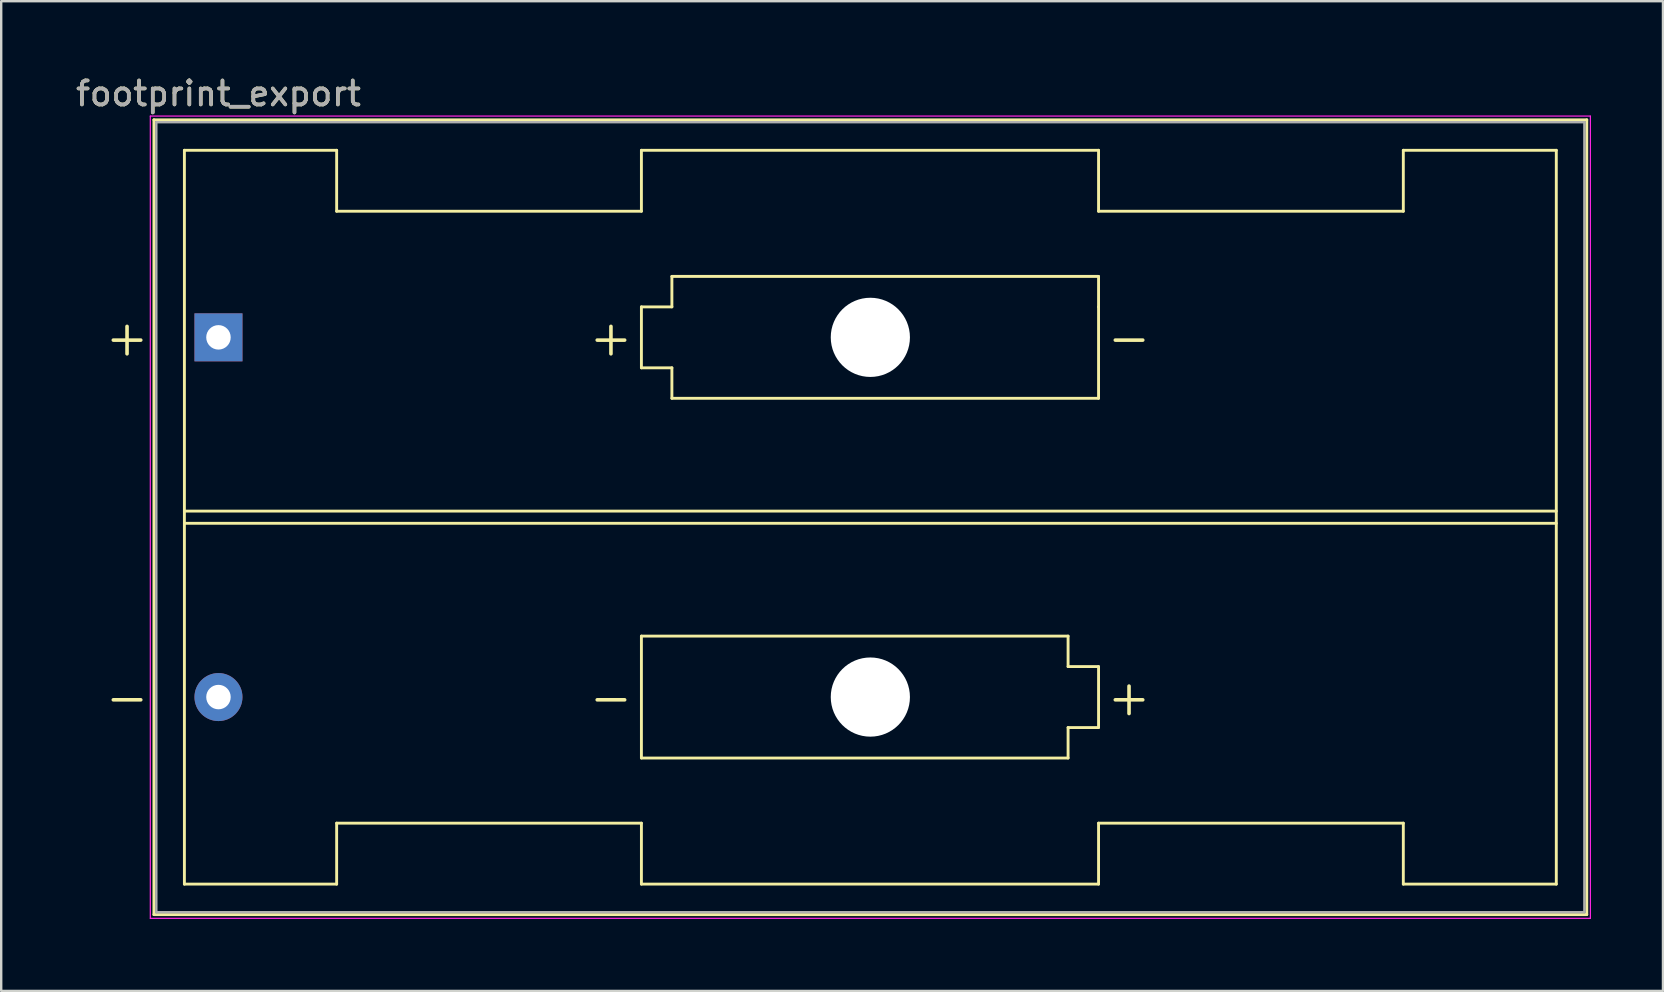
<source format=kicad_pcb>
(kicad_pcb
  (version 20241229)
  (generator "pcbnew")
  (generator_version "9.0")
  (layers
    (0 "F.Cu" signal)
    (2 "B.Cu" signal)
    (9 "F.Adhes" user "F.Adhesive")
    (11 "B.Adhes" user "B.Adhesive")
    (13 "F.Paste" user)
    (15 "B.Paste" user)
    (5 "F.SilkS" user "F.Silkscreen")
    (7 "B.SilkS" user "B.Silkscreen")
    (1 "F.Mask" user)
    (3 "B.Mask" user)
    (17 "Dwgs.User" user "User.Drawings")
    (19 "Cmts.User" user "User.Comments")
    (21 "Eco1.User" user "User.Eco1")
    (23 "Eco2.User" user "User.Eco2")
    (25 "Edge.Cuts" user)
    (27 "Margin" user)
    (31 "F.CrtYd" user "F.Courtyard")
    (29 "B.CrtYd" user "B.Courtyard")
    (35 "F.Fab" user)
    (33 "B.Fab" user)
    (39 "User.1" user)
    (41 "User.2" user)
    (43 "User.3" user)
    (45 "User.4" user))
  (footprint "footprint_export"
    (layer "F.Cu")
    (at 6.054 11.008)
    (property "Reference" "footprint_export" (at 0 -10.16 180) (layer "F.SilkS") (effects (font (size 1 1) (thickness 0.15))))
    (attr through_hole)
    (fp_line (start -2.69 -9.065) (end -2.69 24.055) (stroke (width 0.12) (type solid)) (layer "F.SilkS"))
    (fp_line (start -2.69 24.055) (end 57.02 24.055) (stroke (width 0.12) (type solid)) (layer "F.SilkS"))
    (fp_line (start -1.42 -7.795) (end -1.42 22.785) (stroke (width 0.12) (type solid)) (layer "F.SilkS"))
    (fp_line (start -1.42 7.241) (end 55.75 7.241) (stroke (width 0.12) (type solid)) (layer "F.SilkS"))
    (fp_line (start -1.42 22.785) (end 4.925 22.785) (stroke (width 0.12) (type solid)) (layer "F.SilkS"))
    (fp_line (start 4.925 -7.795) (end -1.42 -7.795) (stroke (width 0.12) (type solid)) (layer "F.SilkS"))
    (fp_line (start 4.925 -5.255) (end 4.925 -7.795) (stroke (width 0.12) (type solid)) (layer "F.SilkS"))
    (fp_line (start 4.925 -5.255) (end 17.625 -5.255) (stroke (width 0.12) (type solid)) (layer "F.SilkS"))
    (fp_line (start 4.925 20.245) (end 17.625 20.245) (stroke (width 0.12) (type solid)) (layer "F.SilkS"))
    (fp_line (start 4.925 22.785) (end 4.925 20.245) (stroke (width 0.12) (type solid)) (layer "F.SilkS"))
    (fp_line (start 17.625 -7.795) (end 17.625 -5.255) (stroke (width 0.12) (type solid)) (layer "F.SilkS"))
    (fp_line (start 17.625 -1.27) (end 18.895 -1.27) (stroke (width 0.12) (type solid)) (layer "F.SilkS"))
    (fp_line (start 17.625 1.27) (end 17.625 -1.27) (stroke (width 0.12) (type solid)) (layer "F.SilkS"))
    (fp_line (start 17.625 12.45) (end 35.405 12.45) (stroke (width 0.12) (type solid)) (layer "F.SilkS"))
    (fp_line (start 17.625 17.53) (end 17.625 12.45) (stroke (width 0.12) (type solid)) (layer "F.SilkS"))
    (fp_line (start 17.625 20.245) (end 17.625 22.785) (stroke (width 0.12) (type solid)) (layer "F.SilkS"))
    (fp_line (start 17.625 22.785) (end 36.675 22.785) (stroke (width 0.12) (type solid)) (layer "F.SilkS"))
    (fp_line (start 18.895 -2.54) (end 36.675 -2.54) (stroke (width 0.12) (type solid)) (layer "F.SilkS"))
    (fp_line (start 18.895 -1.27) (end 18.895 -2.54) (stroke (width 0.12) (type solid)) (layer "F.SilkS"))
    (fp_line (start 18.895 1.27) (end 17.625 1.27) (stroke (width 0.12) (type solid)) (layer "F.SilkS"))
    (fp_line (start 18.895 2.54) (end 18.895 1.27) (stroke (width 0.12) (type solid)) (layer "F.SilkS"))
    (fp_line (start 35.405 12.45) (end 35.405 13.72) (stroke (width 0.12) (type solid)) (layer "F.SilkS"))
    (fp_line (start 35.405 13.72) (end 36.675 13.72) (stroke (width 0.12) (type solid)) (layer "F.SilkS"))
    (fp_line (start 35.405 16.26) (end 35.405 17.53) (stroke (width 0.12) (type solid)) (layer "F.SilkS"))
    (fp_line (start 35.405 17.53) (end 17.625 17.53) (stroke (width 0.12) (type solid)) (layer "F.SilkS"))
    (fp_line (start 36.675 -7.795) (end 17.625 -7.795) (stroke (width 0.12) (type solid)) (layer "F.SilkS"))
    (fp_line (start 36.675 -5.255) (end 36.675 -7.795) (stroke (width 0.12) (type solid)) (layer "F.SilkS"))
    (fp_line (start 36.675 -2.54) (end 36.675 -1.27) (stroke (width 0.12) (type solid)) (layer "F.SilkS"))
    (fp_line (start 36.675 -1.27) (end 36.675 2.54) (stroke (width 0.12) (type solid)) (layer "F.SilkS"))
    (fp_line (start 36.675 2.54) (end 18.895 2.54) (stroke (width 0.12) (type solid)) (layer "F.SilkS"))
    (fp_line (start 36.675 13.72) (end 36.675 16.26) (stroke (width 0.12) (type solid)) (layer "F.SilkS"))
    (fp_line (start 36.675 16.26) (end 35.405 16.26) (stroke (width 0.12) (type solid)) (layer "F.SilkS"))
    (fp_line (start 36.675 22.785) (end 36.675 20.245) (stroke (width 0.12) (type solid)) (layer "F.SilkS"))
    (fp_line (start 49.375 -7.795) (end 49.375 -5.255) (stroke (width 0.12) (type solid)) (layer "F.SilkS"))
    (fp_line (start 49.375 -5.255) (end 36.675 -5.255) (stroke (width 0.12) (type solid)) (layer "F.SilkS"))
    (fp_line (start 49.375 20.245) (end 36.675 20.245) (stroke (width 0.12) (type solid)) (layer "F.SilkS"))
    (fp_line (start 49.375 22.785) (end 49.375 20.245) (stroke (width 0.12) (type solid)) (layer "F.SilkS"))
    (fp_line (start 55.75 -7.795) (end 49.375 -7.795) (stroke (width 0.12) (type solid)) (layer "F.SilkS"))
    (fp_line (start 55.75 -7.795) (end 55.75 22.785) (stroke (width 0.12) (type solid)) (layer "F.SilkS"))
    (fp_line (start 55.75 7.749) (end -1.42 7.749) (stroke (width 0.12) (type solid)) (layer "F.SilkS"))
    (fp_line (start 55.75 22.785) (end 49.375 22.785) (stroke (width 0.12) (type solid)) (layer "F.SilkS"))
    (fp_line (start 57.02 -9.065) (end -2.69 -9.065) (stroke (width 0.12) (type solid)) (layer "F.SilkS"))
    (fp_line (start 57.02 24.055) (end 57.02 -9.065) (stroke (width 0.12) (type solid)) (layer "F.SilkS"))
    (fp_line (start -2.84 -9.22) (end -2.84 24.21) (stroke (width 0.05) (type solid)) (layer "F.CrtYd"))
    (fp_line (start -2.84 24.21) (end 57.17 24.21) (stroke (width 0.05) (type solid)) (layer "F.CrtYd"))
    (fp_line (start 57.17 -9.22) (end -2.84 -9.22) (stroke (width 0.05) (type solid)) (layer "F.CrtYd"))
    (fp_line (start 57.17 24.21) (end 57.17 -9.22) (stroke (width 0.05) (type solid)) (layer "F.CrtYd"))
    (fp_line (start -2.59 -8.965) (end 56.92 -8.965) (stroke (width 0.1) (type solid)) (layer "F.Fab"))
    (fp_line (start -2.59 23.955) (end -2.59 -8.965) (stroke (width 0.1) (type solid)) (layer "F.Fab"))
    (fp_line (start -2.59 23.955) (end 56.92 23.955) (stroke (width 0.1) (type solid)) (layer "F.Fab"))
    (fp_line (start 56.92 23.955) (end 56.92 -8.965) (stroke (width 0.1) (type solid)) (layer "F.Fab"))
    (fp_text user "-" (at 16.355 14.99 0) (layer "F.SilkS") (effects (font (size 1.5 1.5) (thickness 0.15))))
    (fp_text user "-" (at 37.945 0 0) (layer "F.SilkS") (effects (font (size 1.5 1.5) (thickness 0.15))))
    (fp_text user "+" (at 16.355 0 0) (layer "F.SilkS") (effects (font (size 1.5 1.5) (thickness 0.15))))
    (fp_text user "+" (at 37.945 14.99 0) (layer "F.SilkS") (effects (font (size 1.5 1.5) (thickness 0.15))))
    (fp_text user "+" (at -3.81 0 0) (layer "F.SilkS") (effects (font (size 1.5 1.5) (thickness 0.15))))
    (fp_text user "-" (at -3.81 14.99 0) (layer "F.SilkS") (effects (font (size 1.5 1.5) (thickness 0.15))))
    (fp_text user "${REFERENCE}" (at 0 -10.16 0) (layer "F.Fab") (effects (font (size 1 1) (thickness 0.15))))
    (pad "" np_thru_hole circle (at 27.165 0) (size 3.3 3.3) (drill 3.3) (layers "*.Cu" "*.Mask"))
    (pad "" np_thru_hole circle (at 27.165 14.99) (size 3.3 3.3) (drill 3.3) (layers "*.Cu" "*.Mask"))
    (pad "1" thru_hole rect (at 0 0) (size 2 2) (drill 1.02) (layers "*.Cu" "*.Mask"))
    (pad "2" thru_hole circle (at 0 14.99) (size 2 2) (drill 1.02) (layers "*.Cu" "*.Mask")))
  (gr_rect
    (start -3 -3)
    (end 66.249 38.243)
    (stroke (width 0.1) (type default))
    (fill no)
    (layer "Edge.Cuts")))
</source>
